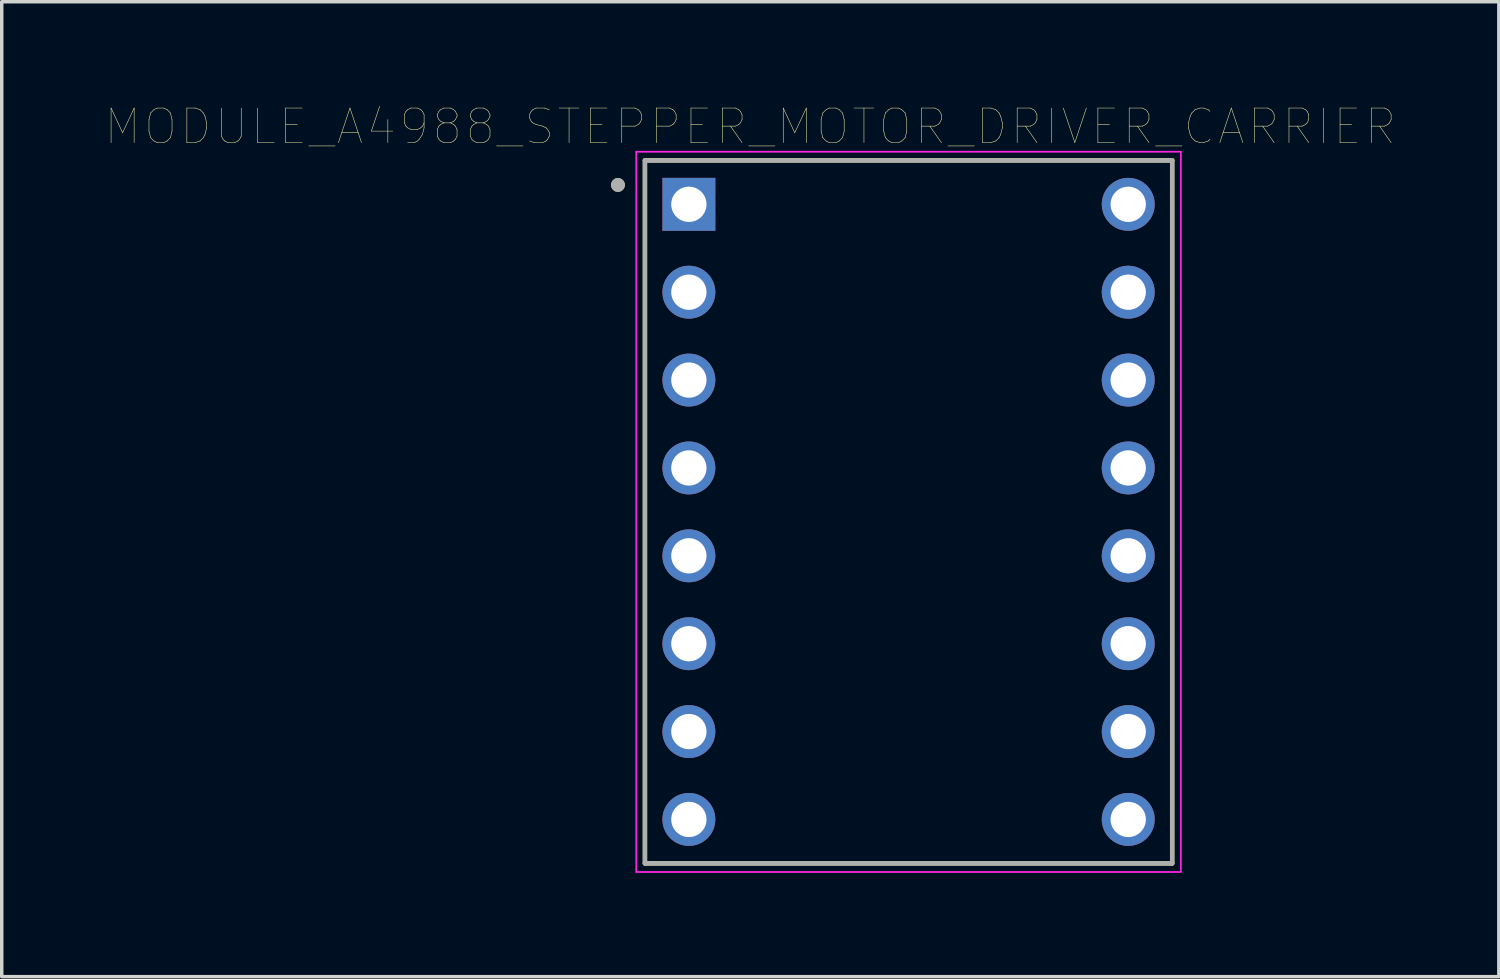
<source format=kicad_pcb>
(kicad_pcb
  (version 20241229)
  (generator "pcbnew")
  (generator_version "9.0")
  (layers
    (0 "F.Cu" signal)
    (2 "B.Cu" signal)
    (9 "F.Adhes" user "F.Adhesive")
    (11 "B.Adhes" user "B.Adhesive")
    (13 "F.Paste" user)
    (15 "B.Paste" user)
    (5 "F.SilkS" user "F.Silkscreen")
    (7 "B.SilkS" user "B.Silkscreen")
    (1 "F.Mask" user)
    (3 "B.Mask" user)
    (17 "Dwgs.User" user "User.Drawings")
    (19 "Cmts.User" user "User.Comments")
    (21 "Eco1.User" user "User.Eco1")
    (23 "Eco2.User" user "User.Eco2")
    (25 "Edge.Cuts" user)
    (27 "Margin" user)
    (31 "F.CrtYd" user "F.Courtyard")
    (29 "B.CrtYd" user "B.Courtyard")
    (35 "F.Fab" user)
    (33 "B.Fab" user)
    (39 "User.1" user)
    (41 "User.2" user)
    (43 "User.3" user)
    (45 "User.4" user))
  (footprint "MODULE_A4988_STEPPER_MOTOR_DRIVER_CARRIER"
    (layer "F.Cu")
    (at 23.212 11.746)
    (property "Reference" "MODULE_A4988_STEPPER_MOTOR_DRIVER_CARRIER" (at -4.575 -11.135 0) (layer "F.SilkS") (effects (font (size 1 1) (thickness 0.015))))
    (attr through_hole)
    (fp_line (start -7.62 -10.16) (end 7.62 -10.16) (stroke (width 0.127) (type solid)) (layer "F.SilkS"))
    (fp_line (start -7.62 10.16) (end -7.62 -10.16) (stroke (width 0.127) (type solid)) (layer "F.SilkS"))
    (fp_line (start 7.62 -10.16) (end 7.62 10.16) (stroke (width 0.127) (type solid)) (layer "F.SilkS"))
    (fp_line (start 7.62 10.16) (end -7.62 10.16) (stroke (width 0.127) (type solid)) (layer "F.SilkS"))
    (fp_circle (center -8.4 -9.45) (end -8.3 -9.45) (stroke (width 0.2) (type solid)) (fill no) (layer "F.SilkS"))
    (fp_line (start -7.87 -10.41) (end -7.87 10.41) (stroke (width 0.05) (type solid)) (layer "F.CrtYd"))
    (fp_line (start -7.87 10.41) (end 7.87 10.41) (stroke (width 0.05) (type solid)) (layer "F.CrtYd"))
    (fp_line (start 7.87 -10.41) (end -7.87 -10.41) (stroke (width 0.05) (type solid)) (layer "F.CrtYd"))
    (fp_line (start 7.87 10.41) (end 7.87 -10.41) (stroke (width 0.05) (type solid)) (layer "F.CrtYd"))
    (fp_line (start -7.62 -10.16) (end 7.62 -10.16) (stroke (width 0.127) (type solid)) (layer "F.Fab"))
    (fp_line (start -7.62 10.16) (end -7.62 -10.16) (stroke (width 0.127) (type solid)) (layer "F.Fab"))
    (fp_line (start 7.62 -10.16) (end 7.62 10.16) (stroke (width 0.127) (type solid)) (layer "F.Fab"))
    (fp_line (start 7.62 10.16) (end -7.62 10.16) (stroke (width 0.127) (type solid)) (layer "F.Fab"))
    (fp_circle (center -8.4 -9.45) (end -8.3 -9.45) (stroke (width 0.2) (type solid)) (fill no) (layer "F.Fab"))
    (pad "1" thru_hole rect (at -6.35 -8.89) (size 1.53 1.53) (drill 1.02) (layers "*.Cu" "*.Mask"))
    (pad "2" thru_hole circle (at -6.35 -6.35) (size 1.53 1.53) (drill 1.02) (layers "*.Cu" "*.Mask"))
    (pad "3" thru_hole circle (at -6.35 -3.81) (size 1.53 1.53) (drill 1.02) (layers "*.Cu" "*.Mask"))
    (pad "4" thru_hole circle (at -6.35 -1.27) (size 1.53 1.53) (drill 1.02) (layers "*.Cu" "*.Mask"))
    (pad "5" thru_hole circle (at -6.35 1.27) (size 1.53 1.53) (drill 1.02) (layers "*.Cu" "*.Mask"))
    (pad "6" thru_hole circle (at -6.35 3.81) (size 1.53 1.53) (drill 1.02) (layers "*.Cu" "*.Mask"))
    (pad "7" thru_hole circle (at -6.35 6.35) (size 1.53 1.53) (drill 1.02) (layers "*.Cu" "*.Mask"))
    (pad "8" thru_hole circle (at -6.35 8.89) (size 1.53 1.53) (drill 1.02) (layers "*.Cu" "*.Mask"))
    (pad "9" thru_hole circle (at 6.35 8.89) (size 1.53 1.53) (drill 1.02) (layers "*.Cu" "*.Mask"))
    (pad "10" thru_hole circle (at 6.35 6.35) (size 1.53 1.53) (drill 1.02) (layers "*.Cu" "*.Mask"))
    (pad "11" thru_hole circle (at 6.35 3.81) (size 1.53 1.53) (drill 1.02) (layers "*.Cu" "*.Mask"))
    (pad "12" thru_hole circle (at 6.35 1.27) (size 1.53 1.53) (drill 1.02) (layers "*.Cu" "*.Mask"))
    (pad "13" thru_hole circle (at 6.35 -1.27) (size 1.53 1.53) (drill 1.02) (layers "*.Cu" "*.Mask"))
    (pad "14" thru_hole circle (at 6.35 -3.81) (size 1.53 1.53) (drill 1.02) (layers "*.Cu" "*.Mask"))
    (pad "15" thru_hole circle (at 6.35 -6.35) (size 1.53 1.53) (drill 1.02) (layers "*.Cu" "*.Mask"))
    (pad "16" thru_hole circle (at 6.35 -8.89) (size 1.53 1.53) (drill 1.02) (layers "*.Cu" "*.Mask")))
  (gr_rect
    (start -3 -3)
    (end 40.274 25.181)
    (stroke (width 0.1) (type default))
    (fill no)
    (layer "Edge.Cuts")))
</source>
